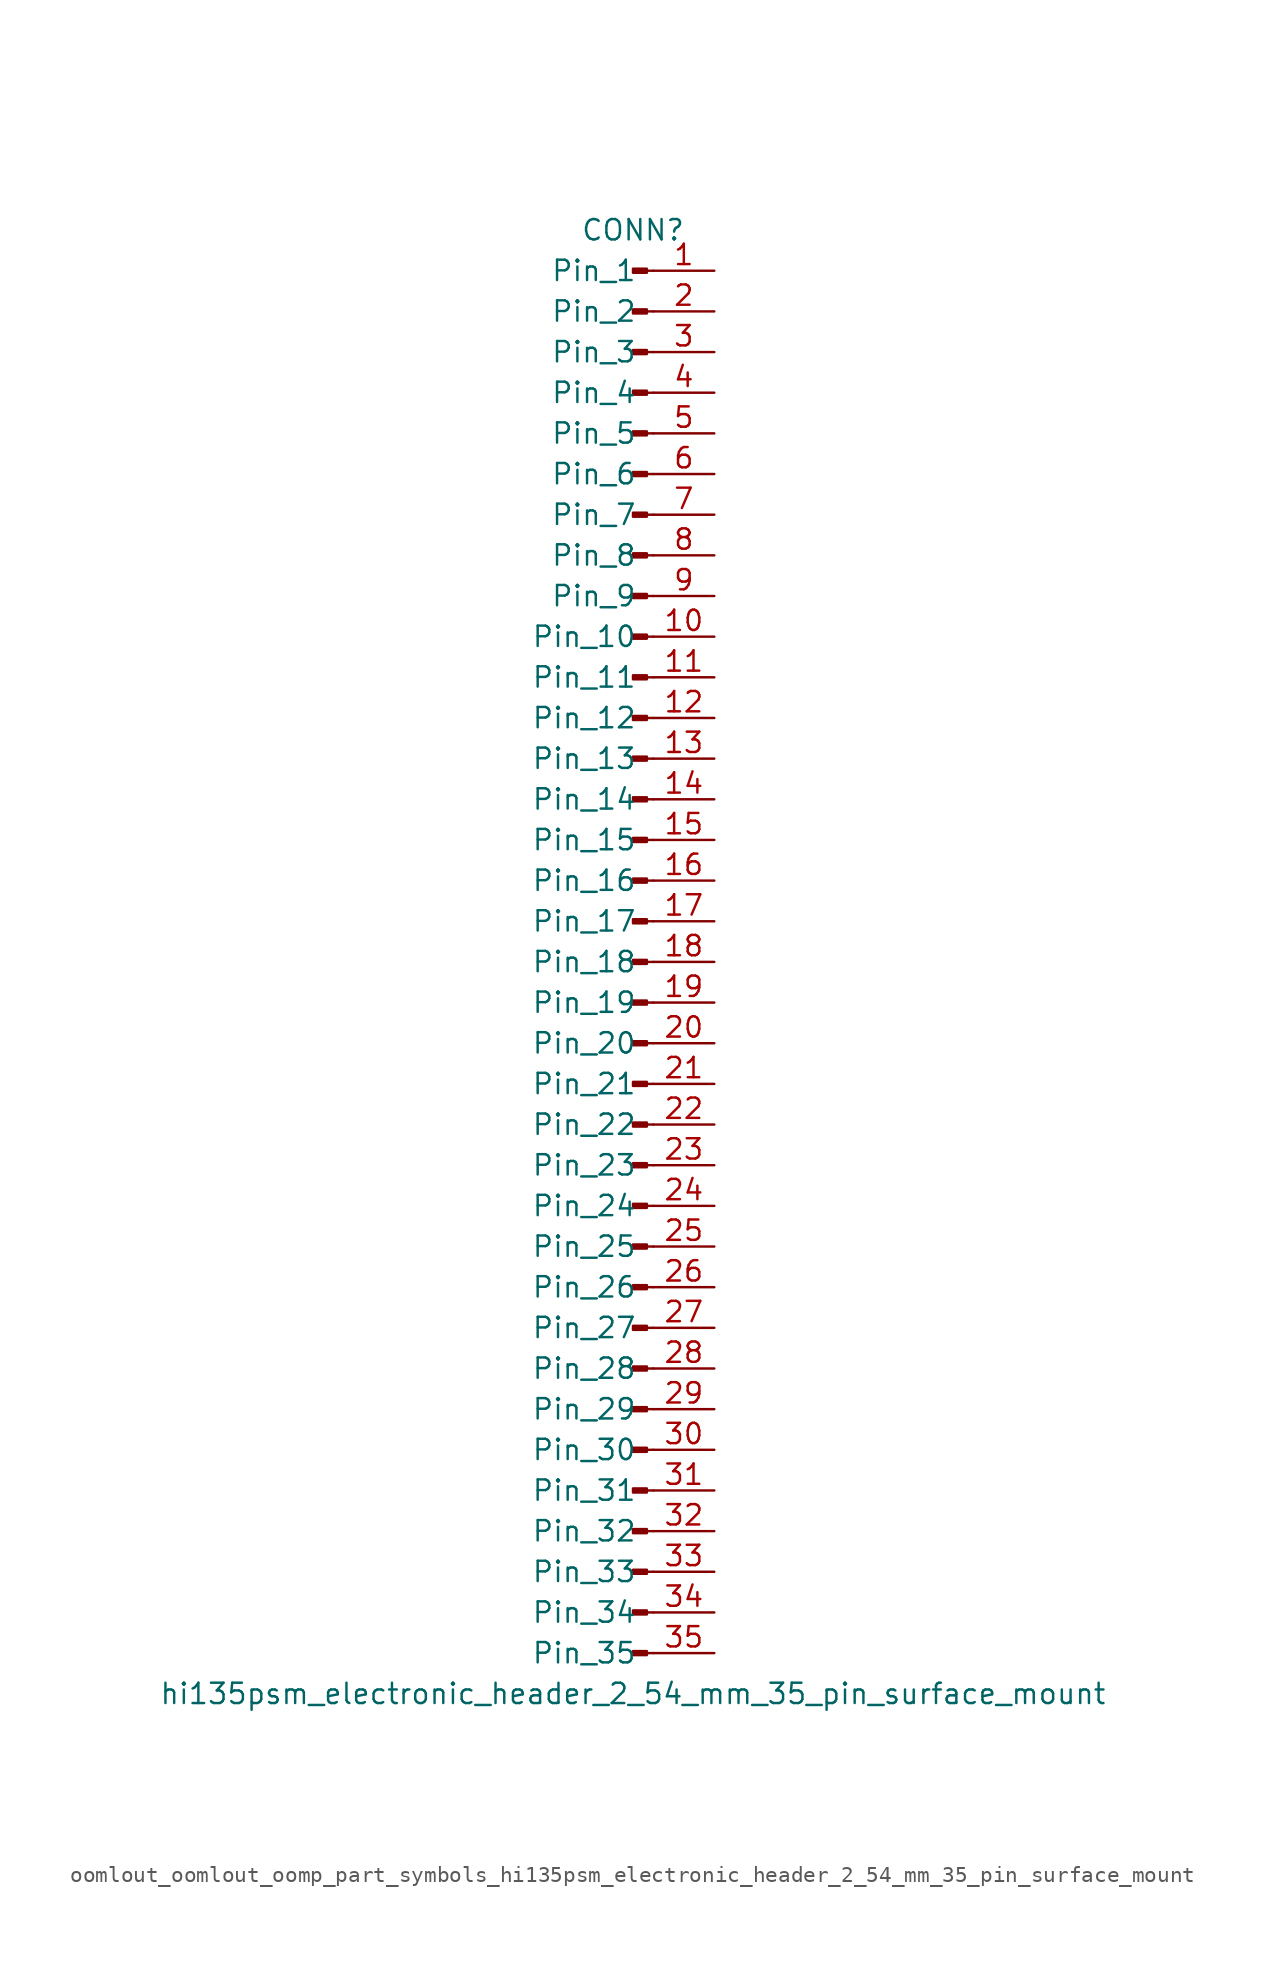
<source format=kicad_sym>
(kicad_symbol_lib
  (version 20220914)
  (generator kicad_symbol_editor)
  (symbol "oomlout_oomlout_oomp_part_symbols_hi135psm_electronic_header_2_54_mm_35_pin_surface_mount"
    (pin_names
      (offset 1.016))
    (property "Reference" "CONN"
      (at 0 45.72 0)
      (effects (font (size 1.27 1.27))))
    (property "Value" "hi135psm_electronic_header_2_54_mm_35_pin_surface_mount"
      (at 0 -45.72 0)
      (effects (font (size 1.27 1.27))))
    (property "ki_locked" ""
      (at 0 0 0)
      (effects (font (size 1.27 1.27))))
    (symbol "oomlout_oomlout_oomp_part_symbols_hi135psm_electronic_header_2_54_mm_35_pin_surface_mount_1_1"
      (polyline (pts (xy 1.27 -43.18) (xy 0.864 -43.18)) (stroke (width 0.152) (type default)) (fill (type none)))
      (polyline (pts (xy 1.27 -40.64) (xy 0.864 -40.64)) (stroke (width 0.152) (type default)) (fill (type none)))
      (polyline (pts (xy 1.27 -38.1) (xy 0.864 -38.1)) (stroke (width 0.152) (type default)) (fill (type none)))
      (polyline (pts (xy 1.27 -35.56) (xy 0.864 -35.56)) (stroke (width 0.152) (type default)) (fill (type none)))
      (polyline (pts (xy 1.27 -33.02) (xy 0.864 -33.02)) (stroke (width 0.152) (type default)) (fill (type none)))
      (polyline (pts (xy 1.27 -30.48) (xy 0.864 -30.48)) (stroke (width 0.152) (type default)) (fill (type none)))
      (polyline (pts (xy 1.27 -27.94) (xy 0.864 -27.94)) (stroke (width 0.152) (type default)) (fill (type none)))
      (polyline (pts (xy 1.27 -25.4) (xy 0.864 -25.4)) (stroke (width 0.152) (type default)) (fill (type none)))
      (polyline (pts (xy 1.27 -22.86) (xy 0.864 -22.86)) (stroke (width 0.152) (type default)) (fill (type none)))
      (polyline (pts (xy 1.27 -20.32) (xy 0.864 -20.32)) (stroke (width 0.152) (type default)) (fill (type none)))
      (polyline (pts (xy 1.27 -17.78) (xy 0.864 -17.78)) (stroke (width 0.152) (type default)) (fill (type none)))
      (polyline (pts (xy 1.27 -15.24) (xy 0.864 -15.24)) (stroke (width 0.152) (type default)) (fill (type none)))
      (polyline (pts (xy 1.27 -12.7) (xy 0.864 -12.7)) (stroke (width 0.152) (type default)) (fill (type none)))
      (polyline (pts (xy 1.27 -10.16) (xy 0.864 -10.16)) (stroke (width 0.152) (type default)) (fill (type none)))
      (polyline (pts (xy 1.27 -7.62) (xy 0.864 -7.62)) (stroke (width 0.152) (type default)) (fill (type none)))
      (polyline (pts (xy 1.27 -5.08) (xy 0.864 -5.08)) (stroke (width 0.152) (type default)) (fill (type none)))
      (polyline (pts (xy 1.27 -2.54) (xy 0.864 -2.54)) (stroke (width 0.152) (type default)) (fill (type none)))
      (polyline (pts (xy 1.27 0) (xy 0.864 0)) (stroke (width 0.152) (type default)) (fill (type none)))
      (polyline (pts (xy 1.27 2.54) (xy 0.864 2.54)) (stroke (width 0.152) (type default)) (fill (type none)))
      (polyline (pts (xy 1.27 5.08) (xy 0.864 5.08)) (stroke (width 0.152) (type default)) (fill (type none)))
      (polyline (pts (xy 1.27 7.62) (xy 0.864 7.62)) (stroke (width 0.152) (type default)) (fill (type none)))
      (polyline (pts (xy 1.27 10.16) (xy 0.864 10.16)) (stroke (width 0.152) (type default)) (fill (type none)))
      (polyline (pts (xy 1.27 12.7) (xy 0.864 12.7)) (stroke (width 0.152) (type default)) (fill (type none)))
      (polyline (pts (xy 1.27 15.24) (xy 0.864 15.24)) (stroke (width 0.152) (type default)) (fill (type none)))
      (polyline (pts (xy 1.27 17.78) (xy 0.864 17.78)) (stroke (width 0.152) (type default)) (fill (type none)))
      (polyline (pts (xy 1.27 20.32) (xy 0.864 20.32)) (stroke (width 0.152) (type default)) (fill (type none)))
      (polyline (pts (xy 1.27 22.86) (xy 0.864 22.86)) (stroke (width 0.152) (type default)) (fill (type none)))
      (polyline (pts (xy 1.27 25.4) (xy 0.864 25.4)) (stroke (width 0.152) (type default)) (fill (type none)))
      (polyline (pts (xy 1.27 27.94) (xy 0.864 27.94)) (stroke (width 0.152) (type default)) (fill (type none)))
      (polyline (pts (xy 1.27 30.48) (xy 0.864 30.48)) (stroke (width 0.152) (type default)) (fill (type none)))
      (polyline (pts (xy 1.27 33.02) (xy 0.864 33.02)) (stroke (width 0.152) (type default)) (fill (type none)))
      (polyline (pts (xy 1.27 35.56) (xy 0.864 35.56)) (stroke (width 0.152) (type default)) (fill (type none)))
      (polyline (pts (xy 1.27 38.1) (xy 0.864 38.1)) (stroke (width 0.152) (type default)) (fill (type none)))
      (polyline (pts (xy 1.27 40.64) (xy 0.864 40.64)) (stroke (width 0.152) (type default)) (fill (type none)))
      (polyline (pts (xy 1.27 43.18) (xy 0.864 43.18)) (stroke (width 0.152) (type default)) (fill (type none)))
      (rectangle (start 0.864 -43.053) (end 0 -43.307) (stroke (width 0.152) (type default)) (fill (type outline)))
      (rectangle (start 0.864 -40.513) (end 0 -40.767) (stroke (width 0.152) (type default)) (fill (type outline)))
      (rectangle (start 0.864 -37.973) (end 0 -38.227) (stroke (width 0.152) (type default)) (fill (type outline)))
      (rectangle (start 0.864 -35.433) (end 0 -35.687) (stroke (width 0.152) (type default)) (fill (type outline)))
      (rectangle (start 0.864 -32.893) (end 0 -33.147) (stroke (width 0.152) (type default)) (fill (type outline)))
      (rectangle (start 0.864 -30.353) (end 0 -30.607) (stroke (width 0.152) (type default)) (fill (type outline)))
      (rectangle (start 0.864 -27.813) (end 0 -28.067) (stroke (width 0.152) (type default)) (fill (type outline)))
      (rectangle (start 0.864 -25.273) (end 0 -25.527) (stroke (width 0.152) (type default)) (fill (type outline)))
      (rectangle (start 0.864 -22.733) (end 0 -22.987) (stroke (width 0.152) (type default)) (fill (type outline)))
      (rectangle (start 0.864 -20.193) (end 0 -20.447) (stroke (width 0.152) (type default)) (fill (type outline)))
      (rectangle (start 0.864 -17.653) (end 0 -17.907) (stroke (width 0.152) (type default)) (fill (type outline)))
      (rectangle (start 0.864 -15.113) (end 0 -15.367) (stroke (width 0.152) (type default)) (fill (type outline)))
      (rectangle (start 0.864 -12.573) (end 0 -12.827) (stroke (width 0.152) (type default)) (fill (type outline)))
      (rectangle (start 0.864 -10.033) (end 0 -10.287) (stroke (width 0.152) (type default)) (fill (type outline)))
      (rectangle (start 0.864 -7.493) (end 0 -7.747) (stroke (width 0.152) (type default)) (fill (type outline)))
      (rectangle (start 0.864 -4.953) (end 0 -5.207) (stroke (width 0.152) (type default)) (fill (type outline)))
      (rectangle (start 0.864 -2.413) (end 0 -2.667) (stroke (width 0.152) (type default)) (fill (type outline)))
      (rectangle (start 0.864 0.127) (end 0 -0.127) (stroke (width 0.152) (type default)) (fill (type outline)))
      (rectangle (start 0.864 2.667) (end 0 2.413) (stroke (width 0.152) (type default)) (fill (type outline)))
      (rectangle (start 0.864 5.207) (end 0 4.953) (stroke (width 0.152) (type default)) (fill (type outline)))
      (rectangle (start 0.864 7.747) (end 0 7.493) (stroke (width 0.152) (type default)) (fill (type outline)))
      (rectangle (start 0.864 10.287) (end 0 10.033) (stroke (width 0.152) (type default)) (fill (type outline)))
      (rectangle (start 0.864 12.827) (end 0 12.573) (stroke (width 0.152) (type default)) (fill (type outline)))
      (rectangle (start 0.864 15.367) (end 0 15.113) (stroke (width 0.152) (type default)) (fill (type outline)))
      (rectangle (start 0.864 17.907) (end 0 17.653) (stroke (width 0.152) (type default)) (fill (type outline)))
      (rectangle (start 0.864 20.447) (end 0 20.193) (stroke (width 0.152) (type default)) (fill (type outline)))
      (rectangle (start 0.864 22.987) (end 0 22.733) (stroke (width 0.152) (type default)) (fill (type outline)))
      (rectangle (start 0.864 25.527) (end 0 25.273) (stroke (width 0.152) (type default)) (fill (type outline)))
      (rectangle (start 0.864 28.067) (end 0 27.813) (stroke (width 0.152) (type default)) (fill (type outline)))
      (rectangle (start 0.864 30.607) (end 0 30.353) (stroke (width 0.152) (type default)) (fill (type outline)))
      (rectangle (start 0.864 33.147) (end 0 32.893) (stroke (width 0.152) (type default)) (fill (type outline)))
      (rectangle (start 0.864 35.687) (end 0 35.433) (stroke (width 0.152) (type default)) (fill (type outline)))
      (rectangle (start 0.864 38.227) (end 0 37.973) (stroke (width 0.152) (type default)) (fill (type outline)))
      (rectangle (start 0.864 40.767) (end 0 40.513) (stroke (width 0.152) (type default)) (fill (type outline)))
      (rectangle (start 0.864 43.307) (end 0 43.053) (stroke (width 0.152) (type default)) (fill (type outline)))
      (pin passive line (at 5.08 43.18 180) (length 3.81) (name "Pin_1" (effects (font (size 1.27 1.27)))) (number "1" (effects (font (size 1.27 1.27)))))
      (pin passive line (at 5.08 20.32 180) (length 3.81) (name "Pin_10" (effects (font (size 1.27 1.27)))) (number "10" (effects (font (size 1.27 1.27)))))
      (pin passive line (at 5.08 17.78 180) (length 3.81) (name "Pin_11" (effects (font (size 1.27 1.27)))) (number "11" (effects (font (size 1.27 1.27)))))
      (pin passive line (at 5.08 15.24 180) (length 3.81) (name "Pin_12" (effects (font (size 1.27 1.27)))) (number "12" (effects (font (size 1.27 1.27)))))
      (pin passive line (at 5.08 12.7 180) (length 3.81) (name "Pin_13" (effects (font (size 1.27 1.27)))) (number "13" (effects (font (size 1.27 1.27)))))
      (pin passive line (at 5.08 10.16 180) (length 3.81) (name "Pin_14" (effects (font (size 1.27 1.27)))) (number "14" (effects (font (size 1.27 1.27)))))
      (pin passive line (at 5.08 7.62 180) (length 3.81) (name "Pin_15" (effects (font (size 1.27 1.27)))) (number "15" (effects (font (size 1.27 1.27)))))
      (pin passive line (at 5.08 5.08 180) (length 3.81) (name "Pin_16" (effects (font (size 1.27 1.27)))) (number "16" (effects (font (size 1.27 1.27)))))
      (pin passive line (at 5.08 2.54 180) (length 3.81) (name "Pin_17" (effects (font (size 1.27 1.27)))) (number "17" (effects (font (size 1.27 1.27)))))
      (pin passive line (at 5.08 0 180) (length 3.81) (name "Pin_18" (effects (font (size 1.27 1.27)))) (number "18" (effects (font (size 1.27 1.27)))))
      (pin passive line (at 5.08 -2.54 180) (length 3.81) (name "Pin_19" (effects (font (size 1.27 1.27)))) (number "19" (effects (font (size 1.27 1.27)))))
      (pin passive line (at 5.08 40.64 180) (length 3.81) (name "Pin_2" (effects (font (size 1.27 1.27)))) (number "2" (effects (font (size 1.27 1.27)))))
      (pin passive line (at 5.08 -5.08 180) (length 3.81) (name "Pin_20" (effects (font (size 1.27 1.27)))) (number "20" (effects (font (size 1.27 1.27)))))
      (pin passive line (at 5.08 -7.62 180) (length 3.81) (name "Pin_21" (effects (font (size 1.27 1.27)))) (number "21" (effects (font (size 1.27 1.27)))))
      (pin passive line (at 5.08 -10.16 180) (length 3.81) (name "Pin_22" (effects (font (size 1.27 1.27)))) (number "22" (effects (font (size 1.27 1.27)))))
      (pin passive line (at 5.08 -12.7 180) (length 3.81) (name "Pin_23" (effects (font (size 1.27 1.27)))) (number "23" (effects (font (size 1.27 1.27)))))
      (pin passive line (at 5.08 -15.24 180) (length 3.81) (name "Pin_24" (effects (font (size 1.27 1.27)))) (number "24" (effects (font (size 1.27 1.27)))))
      (pin passive line (at 5.08 -17.78 180) (length 3.81) (name "Pin_25" (effects (font (size 1.27 1.27)))) (number "25" (effects (font (size 1.27 1.27)))))
      (pin passive line (at 5.08 -20.32 180) (length 3.81) (name "Pin_26" (effects (font (size 1.27 1.27)))) (number "26" (effects (font (size 1.27 1.27)))))
      (pin passive line (at 5.08 -22.86 180) (length 3.81) (name "Pin_27" (effects (font (size 1.27 1.27)))) (number "27" (effects (font (size 1.27 1.27)))))
      (pin passive line (at 5.08 -25.4 180) (length 3.81) (name "Pin_28" (effects (font (size 1.27 1.27)))) (number "28" (effects (font (size 1.27 1.27)))))
      (pin passive line (at 5.08 -27.94 180) (length 3.81) (name "Pin_29" (effects (font (size 1.27 1.27)))) (number "29" (effects (font (size 1.27 1.27)))))
      (pin passive line (at 5.08 38.1 180) (length 3.81) (name "Pin_3" (effects (font (size 1.27 1.27)))) (number "3" (effects (font (size 1.27 1.27)))))
      (pin passive line (at 5.08 -30.48 180) (length 3.81) (name "Pin_30" (effects (font (size 1.27 1.27)))) (number "30" (effects (font (size 1.27 1.27)))))
      (pin passive line (at 5.08 -33.02 180) (length 3.81) (name "Pin_31" (effects (font (size 1.27 1.27)))) (number "31" (effects (font (size 1.27 1.27)))))
      (pin passive line (at 5.08 -35.56 180) (length 3.81) (name "Pin_32" (effects (font (size 1.27 1.27)))) (number "32" (effects (font (size 1.27 1.27)))))
      (pin passive line (at 5.08 -38.1 180) (length 3.81) (name "Pin_33" (effects (font (size 1.27 1.27)))) (number "33" (effects (font (size 1.27 1.27)))))
      (pin passive line (at 5.08 -40.64 180) (length 3.81) (name "Pin_34" (effects (font (size 1.27 1.27)))) (number "34" (effects (font (size 1.27 1.27)))))
      (pin passive line (at 5.08 -43.18 180) (length 3.81) (name "Pin_35" (effects (font (size 1.27 1.27)))) (number "35" (effects (font (size 1.27 1.27)))))
      (pin passive line (at 5.08 35.56 180) (length 3.81) (name "Pin_4" (effects (font (size 1.27 1.27)))) (number "4" (effects (font (size 1.27 1.27)))))
      (pin passive line (at 5.08 33.02 180) (length 3.81) (name "Pin_5" (effects (font (size 1.27 1.27)))) (number "5" (effects (font (size 1.27 1.27)))))
      (pin passive line (at 5.08 30.48 180) (length 3.81) (name "Pin_6" (effects (font (size 1.27 1.27)))) (number "6" (effects (font (size 1.27 1.27)))))
      (pin passive line (at 5.08 27.94 180) (length 3.81) (name "Pin_7" (effects (font (size 1.27 1.27)))) (number "7" (effects (font (size 1.27 1.27)))))
      (pin passive line (at 5.08 25.4 180) (length 3.81) (name "Pin_8" (effects (font (size 1.27 1.27)))) (number "8" (effects (font (size 1.27 1.27)))))
      (pin passive line (at 5.08 22.86 180) (length 3.81) (name "Pin_9" (effects (font (size 1.27 1.27)))) (number "9" (effects (font (size 1.27 1.27))))))))
</source>
